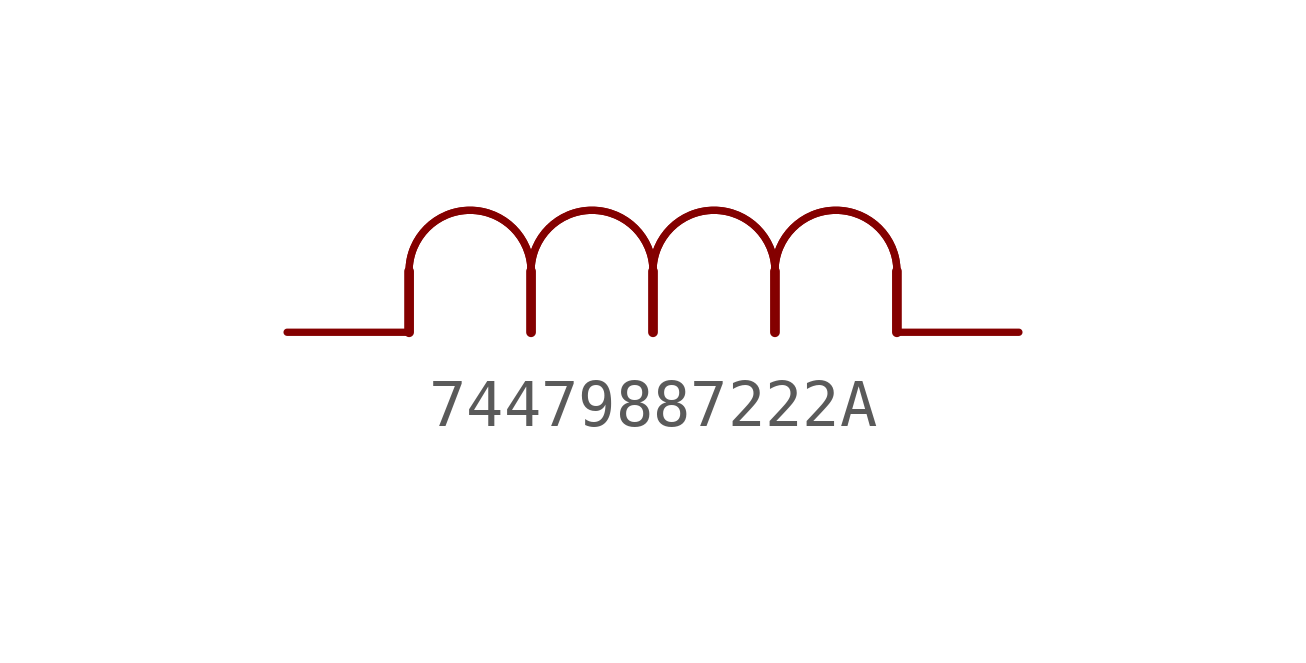
<source format=kicad_sym>
(kicad_symbol_lib
  (version 20241209)
  (generator "kicad_symbol_editor")
  (generator_version "9.0")
  (symbol "74479887222A"
    (property "Reference" "L"
      (at -0.914 3.353 0)
      (effects (font (size 3.48 2.958)) (justify left bottom) (hide yes)))
    (property "ki_locked" ""
      (at 0 0 0)
      (effects (font (size 1.27 1.27))))
    (symbol "74479887222A_1_0"
      (polyline (pts (xy 2.54 0) (xy 2.54 1.27)) (stroke (width 0.203) (type solid)) (fill (type none)))
      (arc (start 2.54 1.27) (mid 3.81 2.54) (end 5.08 1.27) (stroke (width 0.1524) (type solid)) (fill (type none)))
      (arc (start 2.54 1.27) (mid 3.81 2.54) (end 5.08 1.27) (stroke (width 0.1524) (type solid)) (fill (type none)))
      (polyline (pts (xy 5.08 0) (xy 5.08 1.27)) (stroke (width 0.203) (type solid)) (fill (type none)))
      (arc (start 5.08 1.27) (mid 6.35 2.54) (end 7.62 1.27) (stroke (width 0.1524) (type solid)) (fill (type none)))
      (arc (start 5.08 1.27) (mid 6.35 2.54) (end 7.62 1.27) (stroke (width 0.1524) (type solid)) (fill (type none)))
      (polyline (pts (xy 7.62 0) (xy 7.62 1.27)) (stroke (width 0.203) (type solid)) (fill (type none)))
      (arc (start 7.62 1.27) (mid 8.89 2.54) (end 10.16 1.27) (stroke (width 0.1524) (type solid)) (fill (type none)))
      (arc (start 7.62 1.27) (mid 8.89 2.54) (end 10.16 1.27) (stroke (width 0.1524) (type solid)) (fill (type none)))
      (polyline (pts (xy 10.16 0) (xy 10.16 1.27)) (stroke (width 0.203) (type solid)) (fill (type none)))
      (arc (start 10.16 1.27) (mid 11.43 2.54) (end 12.7 1.27) (stroke (width 0.1524) (type solid)) (fill (type none)))
      (arc (start 10.16 1.27) (mid 11.43 2.54) (end 12.7 1.27) (stroke (width 0.1524) (type solid)) (fill (type none)))
      (polyline (pts (xy 12.7 0) (xy 12.7 1.27)) (stroke (width 0.203) (type solid)) (fill (type none)))
      (pin passive line (at 0 0 0) (length 2.54) (name "2" (effects (font (size 0 0)))) (number "2" (effects (font (size 0 0)))))
      (pin passive line (at 15.24 0 180) (length 2.54) (name "1" (effects (font (size 0 0)))) (number "1" (effects (font (size 0 0))))))))
</source>
